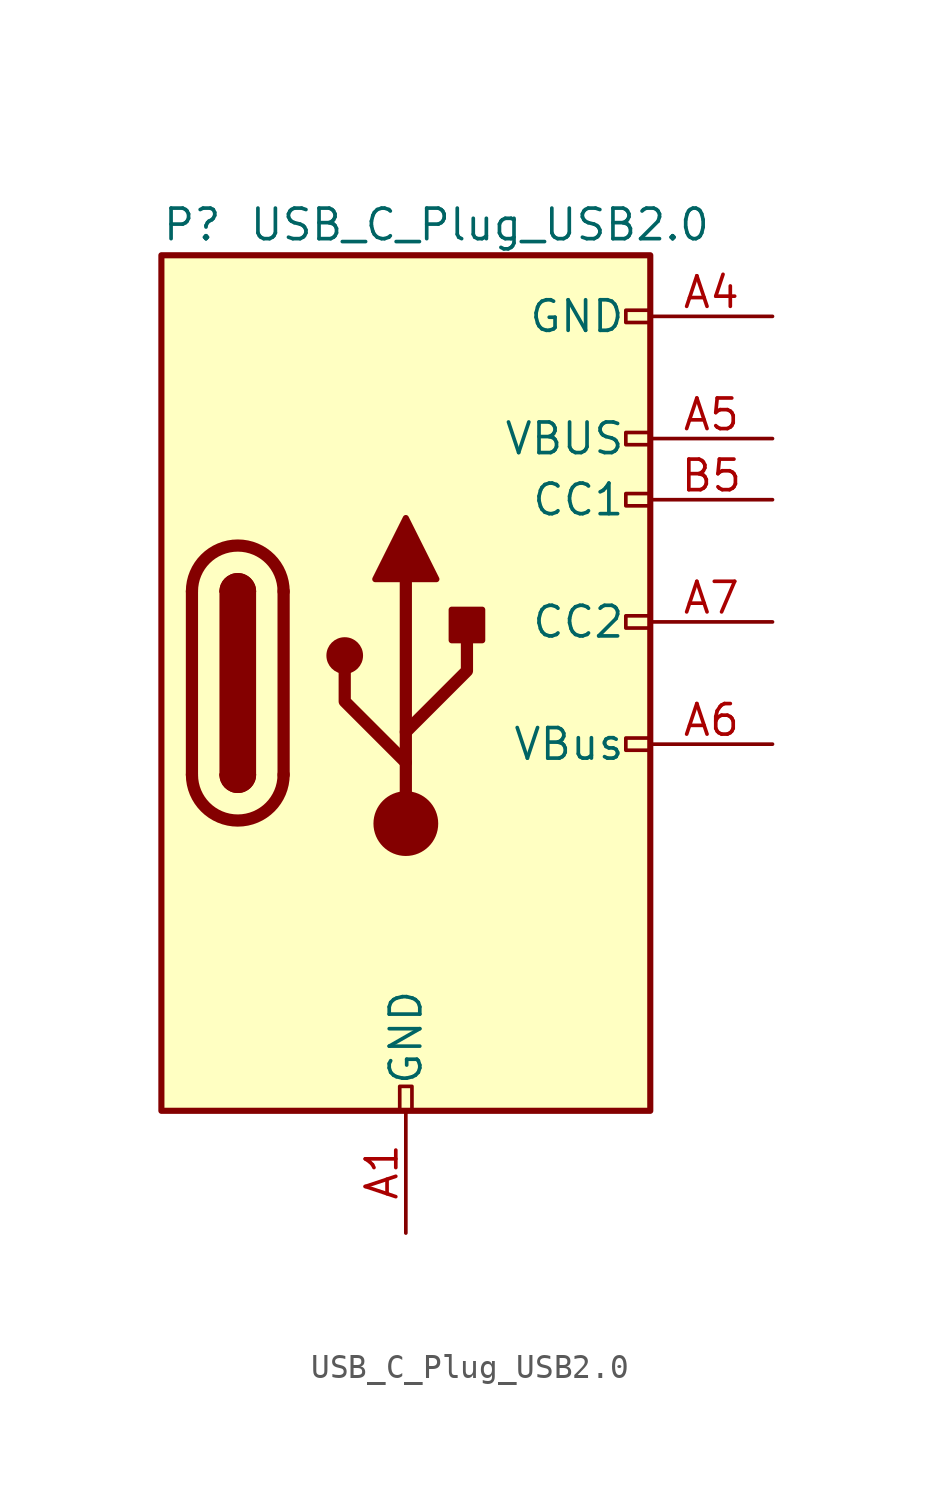
<source format=kicad_sym>
(kicad_symbol_lib
  (version 20220914)
  (generator kicad_symbol_editor)
  (symbol "USB_C_Plug_USB2.0"
    (pin_names
      (offset 1.016))
    (property "Reference" "P"
      (at -10.16 19.05 0)
      (effects (font (size 1.27 1.27)) (justify left)))
    (property "Value" "USB_C_Plug_USB2.0"
      (at 12.7 19.05 0)
      (effects (font (size 1.27 1.27)) (justify right)))
    (symbol "USB_C_Plug_USB2.0_0_0"
      (rectangle (start -0.254 -17.78) (end 0.254 -16.764) (stroke (width 0) (type default)) (fill (type none)))
      (rectangle (start 10.16 -2.286) (end 9.144 -2.794) (stroke (width 0) (type default)) (fill (type none)))
      (rectangle (start 10.16 2.794) (end 9.144 2.286) (stroke (width 0) (type default)) (fill (type none)))
      (rectangle (start 10.16 7.874) (end 9.144 7.366) (stroke (width 0) (type default)) (fill (type none)))
      (rectangle (start 10.16 10.414) (end 9.144 9.906) (stroke (width 0) (type default)) (fill (type none)))
      (rectangle (start 10.16 15.494) (end 9.144 14.986) (stroke (width 0) (type default)) (fill (type none))))
    (symbol "USB_C_Plug_USB2.0_0_1"
      (rectangle (start -10.16 17.78) (end 10.16 -17.78) (stroke (width 0.254) (type default)) (fill (type background)))
      (arc (start -8.89 -3.81) (mid -6.985 -5.7067) (end -5.08 -3.81) (stroke (width 0.508) (type default)) (fill (type none)))
      (arc (start -7.62 -3.81) (mid -6.985 -4.4423) (end -6.35 -3.81) (stroke (width 0.254) (type default)) (fill (type none)))
      (arc (start -7.62 -3.81) (mid -6.985 -4.4423) (end -6.35 -3.81) (stroke (width 0.254) (type default)) (fill (type outline)))
      (rectangle (start -7.62 -3.81) (end -6.35 3.81) (stroke (width 0.254) (type default)) (fill (type outline)))
      (arc (start -6.35 3.81) (mid -6.985 4.4423) (end -7.62 3.81) (stroke (width 0.254) (type default)) (fill (type none)))
      (arc (start -6.35 3.81) (mid -6.985 4.4423) (end -7.62 3.81) (stroke (width 0.254) (type default)) (fill (type outline)))
      (arc (start -5.08 3.81) (mid -6.985 5.7067) (end -8.89 3.81) (stroke (width 0.508) (type default)) (fill (type none)))
      (circle (center -2.54 1.143) (radius 0.635) (stroke (width 0.254) (type default)) (fill (type outline)))
      (circle (center 0 -5.842) (radius 1.27) (stroke (width 0) (type default)) (fill (type outline)))
      (polyline (pts (xy -8.89 -3.81) (xy -8.89 3.81)) (stroke (width 0.508) (type default)) (fill (type none)))
      (polyline (pts (xy -5.08 3.81) (xy -5.08 -3.81)) (stroke (width 0.508) (type default)) (fill (type none)))
      (polyline (pts (xy 0 -5.842) (xy 0 4.318)) (stroke (width 0.508) (type default)) (fill (type none)))
      (polyline (pts (xy 0 -3.302) (xy -2.54 -0.762) (xy -2.54 0.508)) (stroke (width 0.508) (type default)) (fill (type none)))
      (polyline (pts (xy 0 -2.032) (xy 2.54 0.508) (xy 2.54 1.778)) (stroke (width 0.508) (type default)) (fill (type none)))
      (polyline (pts (xy -1.27 4.318) (xy 0 6.858) (xy 1.27 4.318) (xy -1.27 4.318)) (stroke (width 0.254) (type default)) (fill (type outline)))
      (rectangle (start 1.905 1.778) (end 3.175 3.048) (stroke (width 0.254) (type default)) (fill (type outline))))
    (symbol "USB_C_Plug_USB2.0_1_1"
      (pin passive line (at 0 -22.86 90) (length 5.08) (name "GND" (effects (font (size 1.27 1.27)))) (number "A1" (effects (font (size 1.27 1.27)))))
      (pin passive line (at 0 -22.86 90) (length 5.08) hide (name "GND" (effects (font (size 1.27 1.27)))) (number "A12" (effects (font (size 1.27 1.27)))))
      (pin passive line (at 15.24 15.24 180) (length 5.08) (name "GND" (effects (font (size 1.27 1.27)))) (number "A4" (effects (font (size 1.27 1.27)))))
      (pin output line (at 15.24 10.16 180) (length 5.08) (name "VBUS" (effects (font (size 1.27 1.27)))) (number "A5" (effects (font (size 1.27 1.27)))))
      (pin bidirectional line (at 15.24 -2.54 180) (length 5.08) (name "VBus" (effects (font (size 1.27 1.27)))) (number "A6" (effects (font (size 1.27 1.27)))))
      (pin output line (at 15.24 2.54 180) (length 5.08) (name "CC2" (effects (font (size 1.27 1.27)))) (number "A7" (effects (font (size 1.27 1.27)))))
      (pin passive line (at 15.24 15.24 180) (length 5.08) hide (name "VBUS" (effects (font (size 1.27 1.27)))) (number "A9" (effects (font (size 1.27 1.27)))))
      (pin passive line (at 0 -22.86 90) (length 5.08) hide (name "GND" (effects (font (size 1.27 1.27)))) (number "B1" (effects (font (size 1.27 1.27)))))
      (pin passive line (at 0 -22.86 90) (length 5.08) hide (name "GND" (effects (font (size 1.27 1.27)))) (number "B12" (effects (font (size 1.27 1.27)))))
      (pin passive line (at 15.24 15.24 180) (length 5.08) hide (name "VBUS" (effects (font (size 1.27 1.27)))) (number "B4" (effects (font (size 1.27 1.27)))))
      (pin output line (at 15.24 7.62 180) (length 5.08) (name "CC1" (effects (font (size 1.27 1.27)))) (number "B5" (effects (font (size 1.27 1.27)))))
      (pin passive line (at 15.24 15.24 180) (length 5.08) hide (name "VBUS" (effects (font (size 1.27 1.27)))) (number "B9" (effects (font (size 1.27 1.27))))))))
</source>
